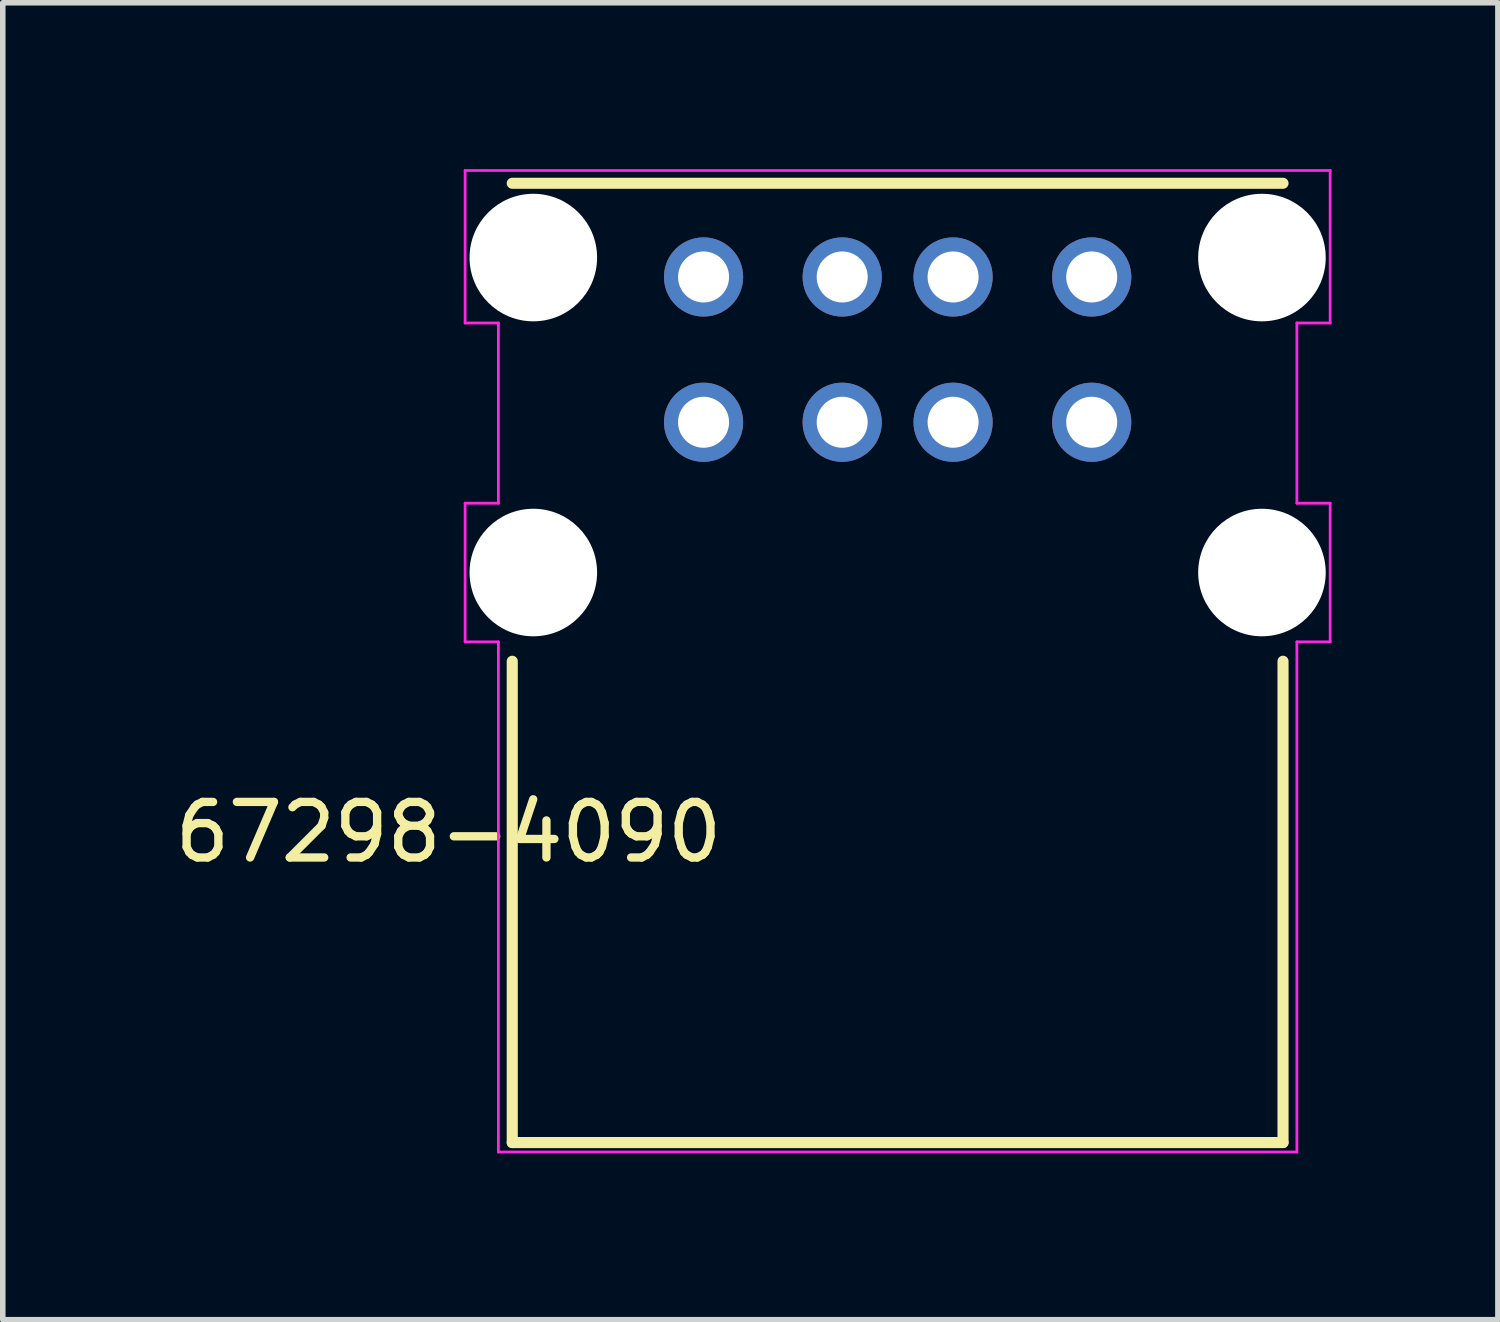
<source format=kicad_pcb>
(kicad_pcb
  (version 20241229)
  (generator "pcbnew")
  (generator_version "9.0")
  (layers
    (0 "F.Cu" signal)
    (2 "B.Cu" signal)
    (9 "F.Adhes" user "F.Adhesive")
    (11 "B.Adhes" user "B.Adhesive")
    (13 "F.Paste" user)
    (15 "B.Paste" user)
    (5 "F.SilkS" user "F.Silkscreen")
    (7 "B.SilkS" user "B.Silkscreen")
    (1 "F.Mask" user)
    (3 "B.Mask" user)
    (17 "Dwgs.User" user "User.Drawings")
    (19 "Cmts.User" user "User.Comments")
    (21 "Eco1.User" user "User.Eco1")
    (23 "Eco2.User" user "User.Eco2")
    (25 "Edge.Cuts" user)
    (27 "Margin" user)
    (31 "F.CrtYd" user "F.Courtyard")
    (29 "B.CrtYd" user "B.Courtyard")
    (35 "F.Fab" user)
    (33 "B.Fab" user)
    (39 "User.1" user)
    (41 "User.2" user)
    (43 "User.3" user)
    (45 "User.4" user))
  (footprint "67298-4090"
    (layer "F.Cu")
    (at 13.138 7.275)
    (property "Reference" "67298-4090" (at -8.099 4.683 180) (layer "F.SilkS") (effects (font (size 1.002 1.002) (thickness 0.15))))
    (attr through_hole)
    (fp_line (start -6.95 -7.02) (end 6.95 -7.02) (stroke (width 0.2) (type solid)) (layer "F.SilkS"))
    (fp_line (start -6.95 10.28) (end -6.95 1.6) (stroke (width 0.2) (type solid)) (layer "F.SilkS"))
    (fp_line (start -6.95 10.28) (end 6.95 10.28) (stroke (width 0.2) (type solid)) (layer "F.SilkS"))
    (fp_line (start 6.95 1.6) (end 6.95 10.28) (stroke (width 0.2) (type solid)) (layer "F.SilkS"))
    (fp_line (start -7.8 -7.25) (end 7.8 -7.25) (stroke (width 0.05) (type solid)) (layer "F.CrtYd"))
    (fp_line (start -7.8 -4.5) (end -7.8 -7.25) (stroke (width 0.05) (type solid)) (layer "F.CrtYd"))
    (fp_line (start -7.8 -1.25) (end -7.2 -1.25) (stroke (width 0.05) (type solid)) (layer "F.CrtYd"))
    (fp_line (start -7.8 1.25) (end -7.8 -1.25) (stroke (width 0.05) (type solid)) (layer "F.CrtYd"))
    (fp_line (start -7.2 -4.5) (end -7.8 -4.5) (stroke (width 0.05) (type solid)) (layer "F.CrtYd"))
    (fp_line (start -7.2 -1.25) (end -7.2 -4.5) (stroke (width 0.05) (type solid)) (layer "F.CrtYd"))
    (fp_line (start -7.2 1.25) (end -7.8 1.25) (stroke (width 0.05) (type solid)) (layer "F.CrtYd"))
    (fp_line (start -7.2 10.45) (end -7.2 1.25) (stroke (width 0.05) (type solid)) (layer "F.CrtYd"))
    (fp_line (start 7.2 -4.5) (end 7.2 -1.25) (stroke (width 0.05) (type solid)) (layer "F.CrtYd"))
    (fp_line (start 7.2 -1.25) (end 7.8 -1.25) (stroke (width 0.05) (type solid)) (layer "F.CrtYd"))
    (fp_line (start 7.2 1.25) (end 7.2 10.45) (stroke (width 0.05) (type solid)) (layer "F.CrtYd"))
    (fp_line (start 7.2 10.45) (end -7.2 10.45) (stroke (width 0.05) (type solid)) (layer "F.CrtYd"))
    (fp_line (start 7.8 -7.25) (end 7.8 -4.5) (stroke (width 0.05) (type solid)) (layer "F.CrtYd"))
    (fp_line (start 7.8 -4.5) (end 7.2 -4.5) (stroke (width 0.05) (type solid)) (layer "F.CrtYd"))
    (fp_line (start 7.8 -1.25) (end 7.8 1.25) (stroke (width 0.05) (type solid)) (layer "F.CrtYd"))
    (fp_line (start 7.8 1.25) (end 7.2 1.25) (stroke (width 0.05) (type solid)) (layer "F.CrtYd"))
    (pad "" np_thru_hole circle (at -6.57 -5.68) (size 2.3 2.3) (drill 2.3) (layers "*.Cu" "*.Mask"))
    (pad "" np_thru_hole circle (at -6.57 0) (size 2.3 2.3) (drill 2.3) (layers "*.Cu" "*.Mask"))
    (pad "" np_thru_hole circle (at 6.57 -5.68) (size 2.3 2.3) (drill 2.3) (layers "*.Cu" "*.Mask"))
    (pad "" np_thru_hole circle (at 6.57 0) (size 2.3 2.3) (drill 2.3) (layers "*.Cu" "*.Mask"))
    (pad "1" thru_hole circle (at -3.5 -5.33) (size 1.428 1.428) (drill 0.92) (layers "*.Cu" "*.Mask"))
    (pad "2" thru_hole circle (at -1 -5.33) (size 1.428 1.428) (drill 0.92) (layers "*.Cu" "*.Mask"))
    (pad "3" thru_hole circle (at 1 -5.33) (size 1.428 1.428) (drill 0.92) (layers "*.Cu" "*.Mask"))
    (pad "4" thru_hole circle (at 3.5 -5.33) (size 1.428 1.428) (drill 0.92) (layers "*.Cu" "*.Mask"))
    (pad "5" thru_hole circle (at -3.5 -2.71) (size 1.428 1.428) (drill 0.92) (layers "*.Cu" "*.Mask"))
    (pad "6" thru_hole circle (at -1 -2.71) (size 1.428 1.428) (drill 0.92) (layers "*.Cu" "*.Mask"))
    (pad "7" thru_hole circle (at 1 -2.71) (size 1.428 1.428) (drill 0.92) (layers "*.Cu" "*.Mask"))
    (pad "8" thru_hole circle (at 3.5 -2.71) (size 1.428 1.428) (drill 0.92) (layers "*.Cu" "*.Mask")))
  (gr_rect
    (start -3 -3)
    (end 23.963 20.75)
    (stroke (width 0.1) (type default))
    (fill no)
    (layer "Edge.Cuts")))
</source>
